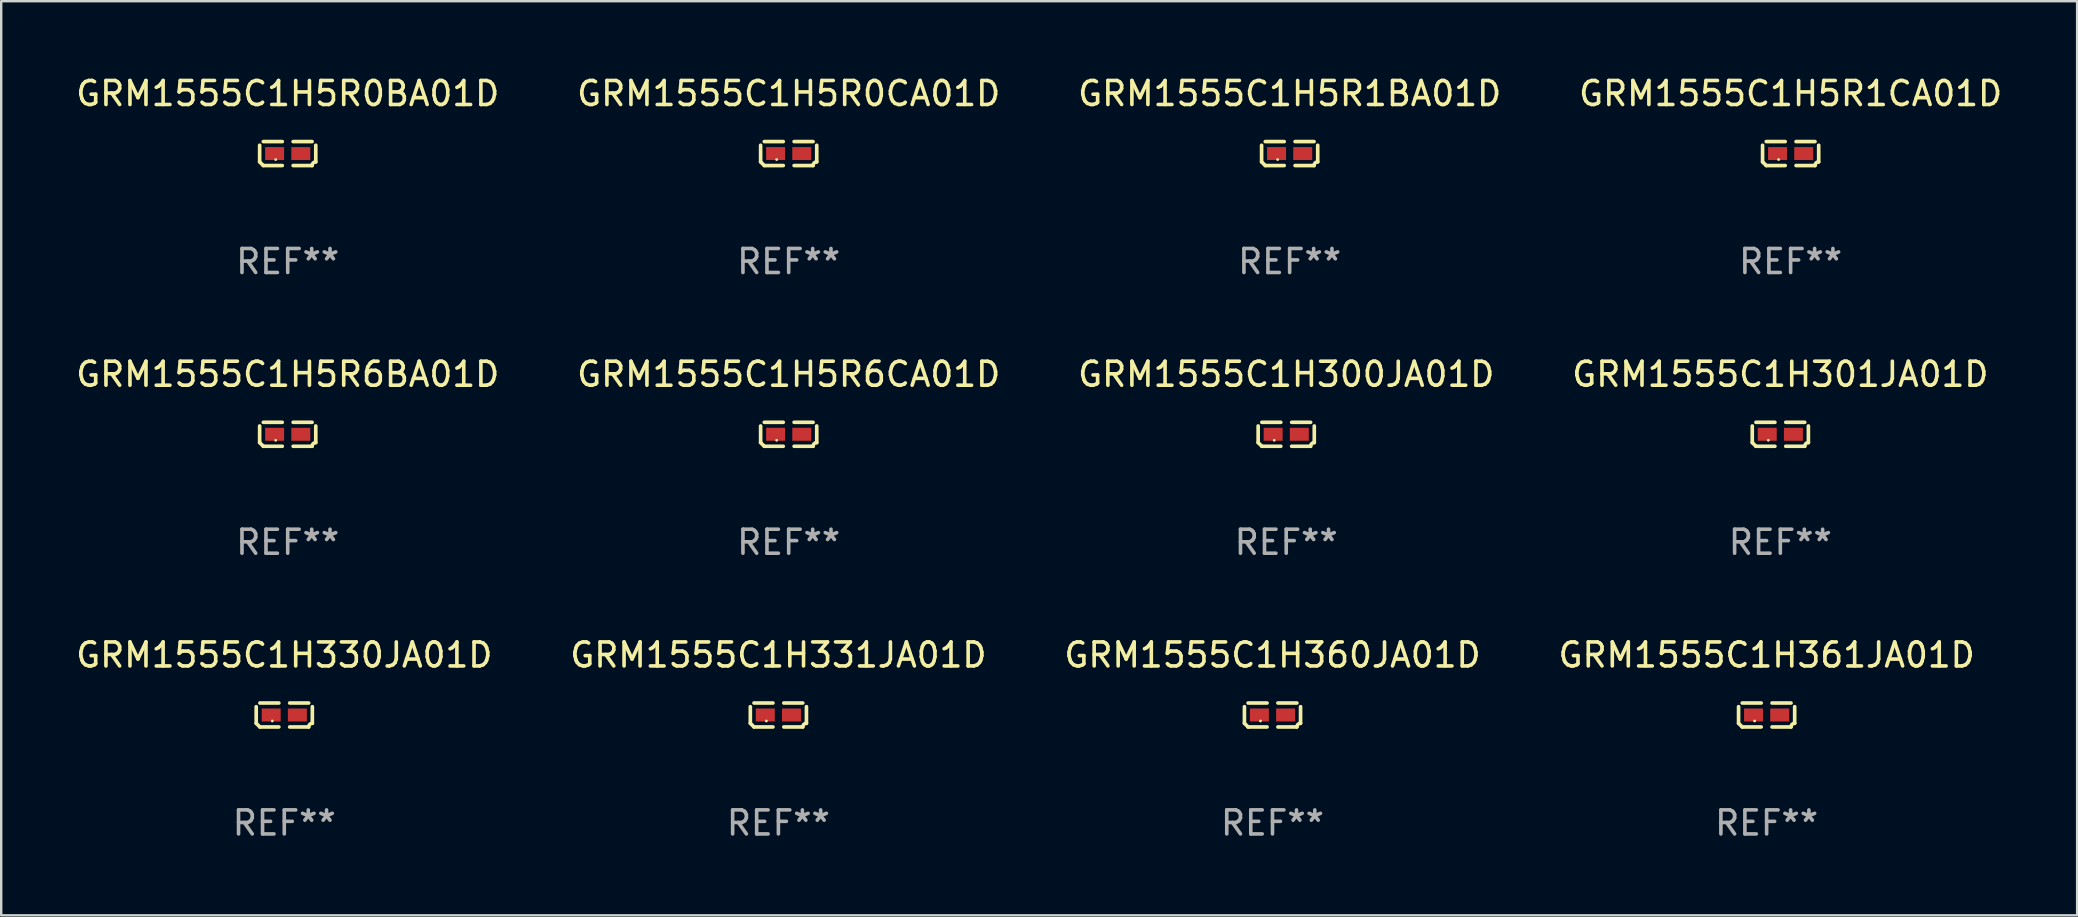
<source format=kicad_pcb>
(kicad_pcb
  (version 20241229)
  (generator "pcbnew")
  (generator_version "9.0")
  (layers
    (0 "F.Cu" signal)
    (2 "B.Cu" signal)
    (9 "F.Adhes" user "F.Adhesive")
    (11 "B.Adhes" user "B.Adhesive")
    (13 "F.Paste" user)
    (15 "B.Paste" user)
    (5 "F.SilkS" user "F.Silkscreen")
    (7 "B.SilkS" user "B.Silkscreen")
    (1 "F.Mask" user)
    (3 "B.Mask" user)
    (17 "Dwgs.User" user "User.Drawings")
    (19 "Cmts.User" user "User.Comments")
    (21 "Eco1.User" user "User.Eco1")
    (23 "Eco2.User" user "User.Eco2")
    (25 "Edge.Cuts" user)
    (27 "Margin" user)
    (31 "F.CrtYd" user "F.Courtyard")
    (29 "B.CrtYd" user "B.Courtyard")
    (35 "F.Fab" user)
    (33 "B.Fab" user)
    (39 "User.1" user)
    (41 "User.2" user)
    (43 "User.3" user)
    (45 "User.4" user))
  (footprint "GRM1555C1H331JA01D"
    (layer "F.Cu")
    (at 29.375 26.734)
    (property "Reference" "GRM1555C1H331JA01D" (at 0 -2.499 0) (layer "F.SilkS") (effects (font (size 1 1) (thickness 0.15))))
    (attr through_hole)
    (fp_line (start -1.169 0.346) (end -1.169 -0.346) (stroke (width 0.152) (type solid)) (layer "F.SilkS"))
    (fp_line (start -1.016 -0.499) (end -0.226 -0.499) (stroke (width 0.152) (type solid)) (layer "F.SilkS"))
    (fp_line (start -0.226 0.499) (end -1.016 0.499) (stroke (width 0.152) (type solid)) (layer "F.SilkS"))
    (fp_line (start 0.226 0.499) (end 1.016 0.499) (stroke (width 0.152) (type solid)) (layer "F.SilkS"))
    (fp_line (start 1.016 -0.499) (end 0.226 -0.499) (stroke (width 0.152) (type solid)) (layer "F.SilkS"))
    (fp_line (start 1.169 0.346) (end 1.169 -0.346) (stroke (width 0.152) (type solid)) (layer "F.SilkS"))
    (fp_arc (start -1.016307 0.498603) (mid -1.092512 0.422405) (end -1.16871 0.3462) (stroke (width 0.1524) (type solid)) (layer "F.SilkS"))
    (fp_arc (start 1.016307 0.498603) (mid 1.060899 0.390758) (end 1.168707 0.346076) (stroke (width 0.1524) (type solid)) (layer "F.SilkS"))
    (fp_circle (center -0.5 0.25) (end -0.47 0.25) (stroke (width 0.06) (type solid)) (fill no) (layer "F.SilkS"))
    (fp_text user "REF**" (at 0 4.499 0) (layer "F.Fab") (effects (font (size 1 1) (thickness 0.15))))
    (pad "1" smd rect (at -0.545 0) (size 0.79 0.54) (layers "F.Cu" "F.Mask" "F.Paste"))
    (pad "2" smd rect (at 0.545 0) (size 0.79 0.54) (layers "F.Cu" "F.Mask" "F.Paste")))
  (footprint "GRM1555C1H300JA01D"
    (layer "F.Cu")
    (at 50.53 15.041)
    (property "Reference" "GRM1555C1H300JA01D" (at 0 -2.499 0) (layer "F.SilkS") (effects (font (size 1 1) (thickness 0.15))))
    (attr through_hole)
    (fp_line (start -1.169 0.346) (end -1.169 -0.346) (stroke (width 0.152) (type solid)) (layer "F.SilkS"))
    (fp_line (start -1.016 -0.499) (end -0.226 -0.499) (stroke (width 0.152) (type solid)) (layer "F.SilkS"))
    (fp_line (start -0.226 0.499) (end -1.016 0.499) (stroke (width 0.152) (type solid)) (layer "F.SilkS"))
    (fp_line (start 0.226 0.499) (end 1.016 0.499) (stroke (width 0.152) (type solid)) (layer "F.SilkS"))
    (fp_line (start 1.016 -0.499) (end 0.226 -0.499) (stroke (width 0.152) (type solid)) (layer "F.SilkS"))
    (fp_line (start 1.169 0.346) (end 1.169 -0.346) (stroke (width 0.152) (type solid)) (layer "F.SilkS"))
    (fp_arc (start -1.016307 0.498603) (mid -1.092512 0.422405) (end -1.16871 0.3462) (stroke (width 0.1524) (type solid)) (layer "F.SilkS"))
    (fp_arc (start 1.016307 0.498603) (mid 1.060899 0.390758) (end 1.168707 0.346076) (stroke (width 0.1524) (type solid)) (layer "F.SilkS"))
    (fp_circle (center -0.5 0.25) (end -0.47 0.25) (stroke (width 0.06) (type solid)) (fill no) (layer "F.SilkS"))
    (fp_text user "REF**" (at 0 4.499 0) (layer "F.Fab") (effects (font (size 1 1) (thickness 0.15))))
    (pad "1" smd rect (at -0.545 0) (size 0.79 0.54) (layers "F.Cu" "F.Mask" "F.Paste"))
    (pad "2" smd rect (at 0.545 0) (size 0.79 0.54) (layers "F.Cu" "F.Mask" "F.Paste")))
  (footprint "GRM1555C1H5R1CA01D"
    (layer "F.Cu")
    (at 71.542 3.347)
    (property "Reference" "GRM1555C1H5R1CA01D" (at 0 -2.499 0) (layer "F.SilkS") (effects (font (size 1 1) (thickness 0.15))))
    (attr through_hole)
    (fp_line (start -1.169 0.346) (end -1.169 -0.346) (stroke (width 0.152) (type solid)) (layer "F.SilkS"))
    (fp_line (start -1.016 -0.499) (end -0.226 -0.499) (stroke (width 0.152) (type solid)) (layer "F.SilkS"))
    (fp_line (start -0.226 0.499) (end -1.016 0.499) (stroke (width 0.152) (type solid)) (layer "F.SilkS"))
    (fp_line (start 0.226 0.499) (end 1.016 0.499) (stroke (width 0.152) (type solid)) (layer "F.SilkS"))
    (fp_line (start 1.016 -0.499) (end 0.226 -0.499) (stroke (width 0.152) (type solid)) (layer "F.SilkS"))
    (fp_line (start 1.169 0.346) (end 1.169 -0.346) (stroke (width 0.152) (type solid)) (layer "F.SilkS"))
    (fp_arc (start -1.016307 0.498603) (mid -1.092512 0.422405) (end -1.16871 0.3462) (stroke (width 0.1524) (type solid)) (layer "F.SilkS"))
    (fp_arc (start 1.016307 0.498603) (mid 1.060899 0.390758) (end 1.168707 0.346076) (stroke (width 0.1524) (type solid)) (layer "F.SilkS"))
    (fp_circle (center -0.5 0.25) (end -0.47 0.25) (stroke (width 0.06) (type solid)) (fill no) (layer "F.SilkS"))
    (fp_text user "REF**" (at 0 4.499 0) (layer "F.Fab") (effects (font (size 1 1) (thickness 0.15))))
    (pad "1" smd rect (at -0.545 0) (size 0.79 0.54) (layers "F.Cu" "F.Mask" "F.Paste"))
    (pad "2" smd rect (at 0.545 0) (size 0.79 0.54) (layers "F.Cu" "F.Mask" "F.Paste")))
  (footprint "GRM1555C1H5R6BA01D"
    (layer "F.Cu")
    (at 8.935 15.041)
    (property "Reference" "GRM1555C1H5R6BA01D" (at 0 -2.499 0) (layer "F.SilkS") (effects (font (size 1 1) (thickness 0.15))))
    (attr through_hole)
    (fp_line (start -1.169 0.346) (end -1.169 -0.346) (stroke (width 0.152) (type solid)) (layer "F.SilkS"))
    (fp_line (start -1.016 -0.499) (end -0.226 -0.499) (stroke (width 0.152) (type solid)) (layer "F.SilkS"))
    (fp_line (start -0.226 0.499) (end -1.016 0.499) (stroke (width 0.152) (type solid)) (layer "F.SilkS"))
    (fp_line (start 0.226 0.499) (end 1.016 0.499) (stroke (width 0.152) (type solid)) (layer "F.SilkS"))
    (fp_line (start 1.016 -0.499) (end 0.226 -0.499) (stroke (width 0.152) (type solid)) (layer "F.SilkS"))
    (fp_line (start 1.169 0.346) (end 1.169 -0.346) (stroke (width 0.152) (type solid)) (layer "F.SilkS"))
    (fp_arc (start -1.016307 0.498603) (mid -1.092512 0.422405) (end -1.16871 0.3462) (stroke (width 0.1524) (type solid)) (layer "F.SilkS"))
    (fp_arc (start 1.016307 0.498603) (mid 1.060899 0.390758) (end 1.168707 0.346076) (stroke (width 0.1524) (type solid)) (layer "F.SilkS"))
    (fp_circle (center -0.5 0.25) (end -0.47 0.25) (stroke (width 0.06) (type solid)) (fill no) (layer "F.SilkS"))
    (fp_text user "REF**" (at 0 4.499 0) (layer "F.Fab") (effects (font (size 1 1) (thickness 0.15))))
    (pad "1" smd rect (at -0.545 0) (size 0.79 0.54) (layers "F.Cu" "F.Mask" "F.Paste"))
    (pad "2" smd rect (at 0.545 0) (size 0.79 0.54) (layers "F.Cu" "F.Mask" "F.Paste")))
  (footprint "GRM1555C1H330JA01D"
    (layer "F.Cu")
    (at 8.792 26.734)
    (property "Reference" "GRM1555C1H330JA01D" (at 0 -2.499 0) (layer "F.SilkS") (effects (font (size 1 1) (thickness 0.15))))
    (attr through_hole)
    (fp_line (start -1.169 0.346) (end -1.169 -0.346) (stroke (width 0.152) (type solid)) (layer "F.SilkS"))
    (fp_line (start -1.016 -0.499) (end -0.226 -0.499) (stroke (width 0.152) (type solid)) (layer "F.SilkS"))
    (fp_line (start -0.226 0.499) (end -1.016 0.499) (stroke (width 0.152) (type solid)) (layer "F.SilkS"))
    (fp_line (start 0.226 0.499) (end 1.016 0.499) (stroke (width 0.152) (type solid)) (layer "F.SilkS"))
    (fp_line (start 1.016 -0.499) (end 0.226 -0.499) (stroke (width 0.152) (type solid)) (layer "F.SilkS"))
    (fp_line (start 1.169 0.346) (end 1.169 -0.346) (stroke (width 0.152) (type solid)) (layer "F.SilkS"))
    (fp_arc (start -1.016307 0.498603) (mid -1.092512 0.422405) (end -1.16871 0.3462) (stroke (width 0.1524) (type solid)) (layer "F.SilkS"))
    (fp_arc (start 1.016307 0.498603) (mid 1.060899 0.390758) (end 1.168707 0.346076) (stroke (width 0.1524) (type solid)) (layer "F.SilkS"))
    (fp_circle (center -0.5 0.25) (end -0.47 0.25) (stroke (width 0.06) (type solid)) (fill no) (layer "F.SilkS"))
    (fp_text user "REF**" (at 0 4.499 0) (layer "F.Fab") (effects (font (size 1 1) (thickness 0.15))))
    (pad "1" smd rect (at -0.545 0) (size 0.79 0.54) (layers "F.Cu" "F.Mask" "F.Paste"))
    (pad "2" smd rect (at 0.545 0) (size 0.79 0.54) (layers "F.Cu" "F.Mask" "F.Paste")))
  (footprint "GRM1555C1H361JA01D"
    (layer "F.Cu")
    (at 70.542 26.734)
    (property "Reference" "GRM1555C1H361JA01D" (at 0 -2.499 0) (layer "F.SilkS") (effects (font (size 1 1) (thickness 0.15))))
    (attr through_hole)
    (fp_line (start -1.169 0.346) (end -1.169 -0.346) (stroke (width 0.152) (type solid)) (layer "F.SilkS"))
    (fp_line (start -1.016 -0.499) (end -0.226 -0.499) (stroke (width 0.152) (type solid)) (layer "F.SilkS"))
    (fp_line (start -0.226 0.499) (end -1.016 0.499) (stroke (width 0.152) (type solid)) (layer "F.SilkS"))
    (fp_line (start 0.226 0.499) (end 1.016 0.499) (stroke (width 0.152) (type solid)) (layer "F.SilkS"))
    (fp_line (start 1.016 -0.499) (end 0.226 -0.499) (stroke (width 0.152) (type solid)) (layer "F.SilkS"))
    (fp_line (start 1.169 0.346) (end 1.169 -0.346) (stroke (width 0.152) (type solid)) (layer "F.SilkS"))
    (fp_arc (start -1.016307 0.498603) (mid -1.092512 0.422405) (end -1.16871 0.3462) (stroke (width 0.1524) (type solid)) (layer "F.SilkS"))
    (fp_arc (start 1.016307 0.498603) (mid 1.060899 0.390758) (end 1.168707 0.346076) (stroke (width 0.1524) (type solid)) (layer "F.SilkS"))
    (fp_circle (center -0.5 0.25) (end -0.47 0.25) (stroke (width 0.06) (type solid)) (fill no) (layer "F.SilkS"))
    (fp_text user "REF**" (at 0 4.499 0) (layer "F.Fab") (effects (font (size 1 1) (thickness 0.15))))
    (pad "1" smd rect (at -0.545 0) (size 0.79 0.54) (layers "F.Cu" "F.Mask" "F.Paste"))
    (pad "2" smd rect (at 0.545 0) (size 0.79 0.54) (layers "F.Cu" "F.Mask" "F.Paste")))
  (footprint "GRM1555C1H5R0CA01D"
    (layer "F.Cu")
    (at 29.804 3.347)
    (property "Reference" "GRM1555C1H5R0CA01D" (at 0 -2.499 0) (layer "F.SilkS") (effects (font (size 1 1) (thickness 0.15))))
    (attr through_hole)
    (fp_line (start -1.169 0.346) (end -1.169 -0.346) (stroke (width 0.152) (type solid)) (layer "F.SilkS"))
    (fp_line (start -1.016 -0.499) (end -0.226 -0.499) (stroke (width 0.152) (type solid)) (layer "F.SilkS"))
    (fp_line (start -0.226 0.499) (end -1.016 0.499) (stroke (width 0.152) (type solid)) (layer "F.SilkS"))
    (fp_line (start 0.226 0.499) (end 1.016 0.499) (stroke (width 0.152) (type solid)) (layer "F.SilkS"))
    (fp_line (start 1.016 -0.499) (end 0.226 -0.499) (stroke (width 0.152) (type solid)) (layer "F.SilkS"))
    (fp_line (start 1.169 0.346) (end 1.169 -0.346) (stroke (width 0.152) (type solid)) (layer "F.SilkS"))
    (fp_arc (start -1.016307 0.498603) (mid -1.092512 0.422405) (end -1.16871 0.3462) (stroke (width 0.1524) (type solid)) (layer "F.SilkS"))
    (fp_arc (start 1.016307 0.498603) (mid 1.060899 0.390758) (end 1.168707 0.346076) (stroke (width 0.1524) (type solid)) (layer "F.SilkS"))
    (fp_circle (center -0.5 0.25) (end -0.47 0.25) (stroke (width 0.06) (type solid)) (fill no) (layer "F.SilkS"))
    (fp_text user "REF**" (at 0 4.499 0) (layer "F.Fab") (effects (font (size 1 1) (thickness 0.15))))
    (pad "1" smd rect (at -0.545 0) (size 0.79 0.54) (layers "F.Cu" "F.Mask" "F.Paste"))
    (pad "2" smd rect (at 0.545 0) (size 0.79 0.54) (layers "F.Cu" "F.Mask" "F.Paste")))
  (footprint "GRM1555C1H5R6CA01D"
    (layer "F.Cu")
    (at 29.804 15.041)
    (property "Reference" "GRM1555C1H5R6CA01D" (at 0 -2.499 0) (layer "F.SilkS") (effects (font (size 1 1) (thickness 0.15))))
    (attr through_hole)
    (fp_line (start -1.169 0.346) (end -1.169 -0.346) (stroke (width 0.152) (type solid)) (layer "F.SilkS"))
    (fp_line (start -1.016 -0.499) (end -0.226 -0.499) (stroke (width 0.152) (type solid)) (layer "F.SilkS"))
    (fp_line (start -0.226 0.499) (end -1.016 0.499) (stroke (width 0.152) (type solid)) (layer "F.SilkS"))
    (fp_line (start 0.226 0.499) (end 1.016 0.499) (stroke (width 0.152) (type solid)) (layer "F.SilkS"))
    (fp_line (start 1.016 -0.499) (end 0.226 -0.499) (stroke (width 0.152) (type solid)) (layer "F.SilkS"))
    (fp_line (start 1.169 0.346) (end 1.169 -0.346) (stroke (width 0.152) (type solid)) (layer "F.SilkS"))
    (fp_arc (start -1.016307 0.498603) (mid -1.092512 0.422405) (end -1.16871 0.3462) (stroke (width 0.1524) (type solid)) (layer "F.SilkS"))
    (fp_arc (start 1.016307 0.498603) (mid 1.060899 0.390758) (end 1.168707 0.346076) (stroke (width 0.1524) (type solid)) (layer "F.SilkS"))
    (fp_circle (center -0.5 0.25) (end -0.47 0.25) (stroke (width 0.06) (type solid)) (fill no) (layer "F.SilkS"))
    (fp_text user "REF**" (at 0 4.499 0) (layer "F.Fab") (effects (font (size 1 1) (thickness 0.15))))
    (pad "1" smd rect (at -0.545 0) (size 0.79 0.54) (layers "F.Cu" "F.Mask" "F.Paste"))
    (pad "2" smd rect (at 0.545 0) (size 0.79 0.54) (layers "F.Cu" "F.Mask" "F.Paste")))
  (footprint "GRM1555C1H5R1BA01D"
    (layer "F.Cu")
    (at 50.673 3.347)
    (property "Reference" "GRM1555C1H5R1BA01D" (at 0 -2.499 0) (layer "F.SilkS") (effects (font (size 1 1) (thickness 0.15))))
    (attr through_hole)
    (fp_line (start -1.169 0.346) (end -1.169 -0.346) (stroke (width 0.152) (type solid)) (layer "F.SilkS"))
    (fp_line (start -1.016 -0.499) (end -0.226 -0.499) (stroke (width 0.152) (type solid)) (layer "F.SilkS"))
    (fp_line (start -0.226 0.499) (end -1.016 0.499) (stroke (width 0.152) (type solid)) (layer "F.SilkS"))
    (fp_line (start 0.226 0.499) (end 1.016 0.499) (stroke (width 0.152) (type solid)) (layer "F.SilkS"))
    (fp_line (start 1.016 -0.499) (end 0.226 -0.499) (stroke (width 0.152) (type solid)) (layer "F.SilkS"))
    (fp_line (start 1.169 0.346) (end 1.169 -0.346) (stroke (width 0.152) (type solid)) (layer "F.SilkS"))
    (fp_arc (start -1.016307 0.498603) (mid -1.092512 0.422405) (end -1.16871 0.3462) (stroke (width 0.1524) (type solid)) (layer "F.SilkS"))
    (fp_arc (start 1.016307 0.498603) (mid 1.060899 0.390758) (end 1.168707 0.346076) (stroke (width 0.1524) (type solid)) (layer "F.SilkS"))
    (fp_circle (center -0.5 0.25) (end -0.47 0.25) (stroke (width 0.06) (type solid)) (fill no) (layer "F.SilkS"))
    (fp_text user "REF**" (at 0 4.499 0) (layer "F.Fab") (effects (font (size 1 1) (thickness 0.15))))
    (pad "1" smd rect (at -0.545 0) (size 0.79 0.54) (layers "F.Cu" "F.Mask" "F.Paste"))
    (pad "2" smd rect (at 0.545 0) (size 0.79 0.54) (layers "F.Cu" "F.Mask" "F.Paste")))
  (footprint "GRM1555C1H360JA01D"
    (layer "F.Cu")
    (at 49.958 26.734)
    (property "Reference" "GRM1555C1H360JA01D" (at 0 -2.499 0) (layer "F.SilkS") (effects (font (size 1 1) (thickness 0.15))))
    (attr through_hole)
    (fp_line (start -1.169 0.346) (end -1.169 -0.346) (stroke (width 0.152) (type solid)) (layer "F.SilkS"))
    (fp_line (start -1.016 -0.499) (end -0.226 -0.499) (stroke (width 0.152) (type solid)) (layer "F.SilkS"))
    (fp_line (start -0.226 0.499) (end -1.016 0.499) (stroke (width 0.152) (type solid)) (layer "F.SilkS"))
    (fp_line (start 0.226 0.499) (end 1.016 0.499) (stroke (width 0.152) (type solid)) (layer "F.SilkS"))
    (fp_line (start 1.016 -0.499) (end 0.226 -0.499) (stroke (width 0.152) (type solid)) (layer "F.SilkS"))
    (fp_line (start 1.169 0.346) (end 1.169 -0.346) (stroke (width 0.152) (type solid)) (layer "F.SilkS"))
    (fp_arc (start -1.016307 0.498603) (mid -1.092512 0.422405) (end -1.16871 0.3462) (stroke (width 0.1524) (type solid)) (layer "F.SilkS"))
    (fp_arc (start 1.016307 0.498603) (mid 1.060899 0.390758) (end 1.168707 0.346076) (stroke (width 0.1524) (type solid)) (layer "F.SilkS"))
    (fp_circle (center -0.5 0.25) (end -0.47 0.25) (stroke (width 0.06) (type solid)) (fill no) (layer "F.SilkS"))
    (fp_text user "REF**" (at 0 4.499 0) (layer "F.Fab") (effects (font (size 1 1) (thickness 0.15))))
    (pad "1" smd rect (at -0.545 0) (size 0.79 0.54) (layers "F.Cu" "F.Mask" "F.Paste"))
    (pad "2" smd rect (at 0.545 0) (size 0.79 0.54) (layers "F.Cu" "F.Mask" "F.Paste")))
  (footprint "GRM1555C1H301JA01D"
    (layer "F.Cu")
    (at 71.113 15.041)
    (property "Reference" "GRM1555C1H301JA01D" (at 0 -2.499 0) (layer "F.SilkS") (effects (font (size 1 1) (thickness 0.15))))
    (attr through_hole)
    (fp_line (start -1.169 0.346) (end -1.169 -0.346) (stroke (width 0.152) (type solid)) (layer "F.SilkS"))
    (fp_line (start -1.016 -0.499) (end -0.226 -0.499) (stroke (width 0.152) (type solid)) (layer "F.SilkS"))
    (fp_line (start -0.226 0.499) (end -1.016 0.499) (stroke (width 0.152) (type solid)) (layer "F.SilkS"))
    (fp_line (start 0.226 0.499) (end 1.016 0.499) (stroke (width 0.152) (type solid)) (layer "F.SilkS"))
    (fp_line (start 1.016 -0.499) (end 0.226 -0.499) (stroke (width 0.152) (type solid)) (layer "F.SilkS"))
    (fp_line (start 1.169 0.346) (end 1.169 -0.346) (stroke (width 0.152) (type solid)) (layer "F.SilkS"))
    (fp_arc (start -1.016307 0.498603) (mid -1.092512 0.422405) (end -1.16871 0.3462) (stroke (width 0.1524) (type solid)) (layer "F.SilkS"))
    (fp_arc (start 1.016307 0.498603) (mid 1.060899 0.390758) (end 1.168707 0.346076) (stroke (width 0.1524) (type solid)) (layer "F.SilkS"))
    (fp_circle (center -0.5 0.25) (end -0.47 0.25) (stroke (width 0.06) (type solid)) (fill no) (layer "F.SilkS"))
    (fp_text user "REF**" (at 0 4.499 0) (layer "F.Fab") (effects (font (size 1 1) (thickness 0.15))))
    (pad "1" smd rect (at -0.545 0) (size 0.79 0.54) (layers "F.Cu" "F.Mask" "F.Paste"))
    (pad "2" smd rect (at 0.545 0) (size 0.79 0.54) (layers "F.Cu" "F.Mask" "F.Paste")))
  (footprint "GRM1555C1H5R0BA01D"
    (layer "F.Cu")
    (at 8.935 3.347)
    (property "Reference" "GRM1555C1H5R0BA01D" (at 0 -2.499 0) (layer "F.SilkS") (effects (font (size 1 1) (thickness 0.15))))
    (attr through_hole)
    (fp_line (start -1.169 0.346) (end -1.169 -0.346) (stroke (width 0.152) (type solid)) (layer "F.SilkS"))
    (fp_line (start -1.016 -0.499) (end -0.226 -0.499) (stroke (width 0.152) (type solid)) (layer "F.SilkS"))
    (fp_line (start -0.226 0.499) (end -1.016 0.499) (stroke (width 0.152) (type solid)) (layer "F.SilkS"))
    (fp_line (start 0.226 0.499) (end 1.016 0.499) (stroke (width 0.152) (type solid)) (layer "F.SilkS"))
    (fp_line (start 1.016 -0.499) (end 0.226 -0.499) (stroke (width 0.152) (type solid)) (layer "F.SilkS"))
    (fp_line (start 1.169 0.346) (end 1.169 -0.346) (stroke (width 0.152) (type solid)) (layer "F.SilkS"))
    (fp_arc (start -1.016307 0.498603) (mid -1.092512 0.422405) (end -1.16871 0.3462) (stroke (width 0.1524) (type solid)) (layer "F.SilkS"))
    (fp_arc (start 1.016307 0.498603) (mid 1.060899 0.390758) (end 1.168707 0.346076) (stroke (width 0.1524) (type solid)) (layer "F.SilkS"))
    (fp_circle (center -0.5 0.25) (end -0.47 0.25) (stroke (width 0.06) (type solid)) (fill no) (layer "F.SilkS"))
    (fp_text user "REF**" (at 0 4.499 0) (layer "F.Fab") (effects (font (size 1 1) (thickness 0.15))))
    (pad "1" smd rect (at -0.545 0) (size 0.79 0.54) (layers "F.Cu" "F.Mask" "F.Paste"))
    (pad "2" smd rect (at 0.545 0) (size 0.79 0.54) (layers "F.Cu" "F.Mask" "F.Paste")))
  (gr_rect
    (start -3 -3)
    (end 83.476 35.081)
    (stroke (width 0.1) (type default))
    (fill no)
    (layer "Edge.Cuts")))
</source>
